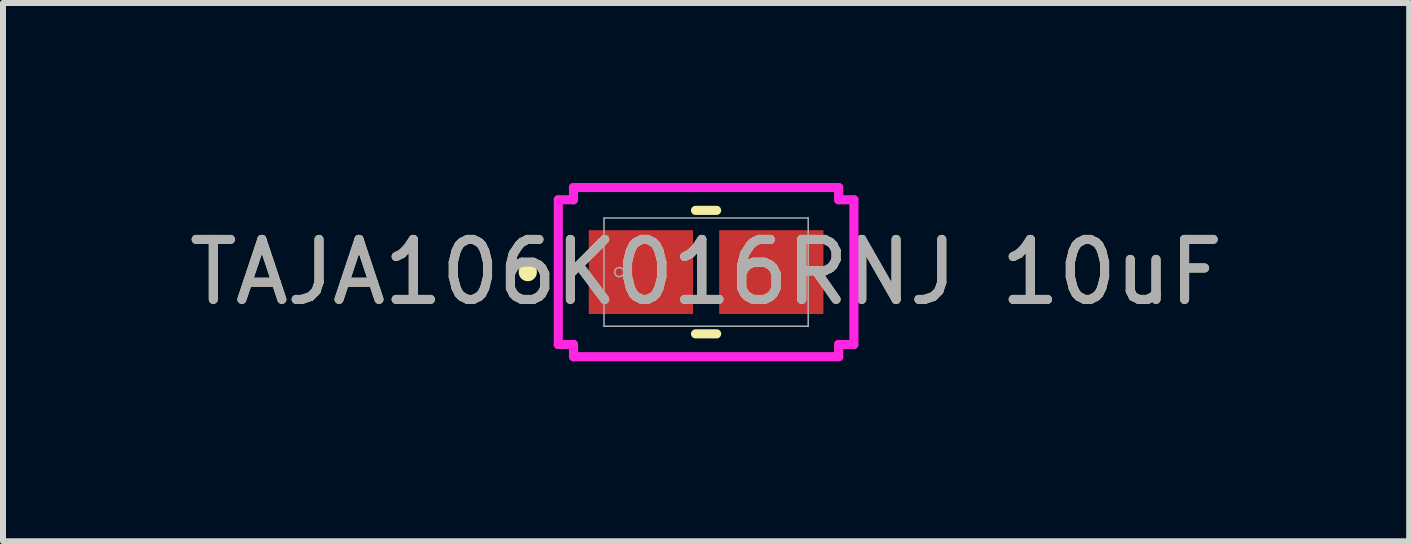
<source format=kicad_pcb>
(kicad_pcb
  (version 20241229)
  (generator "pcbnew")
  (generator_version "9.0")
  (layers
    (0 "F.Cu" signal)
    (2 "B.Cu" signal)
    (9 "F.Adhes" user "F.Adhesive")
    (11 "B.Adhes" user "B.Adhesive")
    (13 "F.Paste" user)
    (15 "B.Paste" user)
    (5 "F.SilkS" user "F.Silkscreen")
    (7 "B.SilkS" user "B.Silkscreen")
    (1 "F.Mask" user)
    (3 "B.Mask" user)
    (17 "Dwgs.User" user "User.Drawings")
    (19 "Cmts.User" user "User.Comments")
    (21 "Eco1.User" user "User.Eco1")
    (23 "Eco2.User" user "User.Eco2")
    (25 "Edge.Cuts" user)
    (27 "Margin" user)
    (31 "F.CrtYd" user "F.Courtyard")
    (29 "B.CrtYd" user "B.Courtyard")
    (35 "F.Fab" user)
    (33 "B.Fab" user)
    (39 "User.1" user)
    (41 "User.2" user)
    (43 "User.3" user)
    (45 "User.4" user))
  (footprint "TAJA106K016RNJ 10uF"
    (layer "F.Cu")
    (at 8.72 1.486)
    (property "Reference" "TAJA106K016RNJ 10uF" (at 0 0 0) (unlocked yes) (layer "F.SilkS") (effects (font (size 1 1) (thickness 0.15))))
    (attr smd)
    (fp_line (start -0.176 1.029) (end 0.176 1.029) (stroke (width 0.152) (type solid)) (layer "F.SilkS"))
    (fp_line (start 0.176 -1.029) (end -0.176 -1.029) (stroke (width 0.152) (type solid)) (layer "F.SilkS"))
    (fp_circle (center -2.972 0) (end -2.896 0) (stroke (width 0.152) (type solid)) (fill no) (layer "F.SilkS"))
    (fp_line (start -2.464 -1.206) (end -2.21 -1.206) (stroke (width 0.152) (type solid)) (layer "F.CrtYd"))
    (fp_line (start -2.464 1.206) (end -2.464 -1.206) (stroke (width 0.152) (type solid)) (layer "F.CrtYd"))
    (fp_line (start -2.21 -1.41) (end 2.21 -1.41) (stroke (width 0.152) (type solid)) (layer "F.CrtYd"))
    (fp_line (start -2.21 -1.206) (end -2.21 -1.41) (stroke (width 0.152) (type solid)) (layer "F.CrtYd"))
    (fp_line (start -2.21 1.206) (end -2.464 1.206) (stroke (width 0.152) (type solid)) (layer "F.CrtYd"))
    (fp_line (start -2.21 1.41) (end -2.21 1.206) (stroke (width 0.152) (type solid)) (layer "F.CrtYd"))
    (fp_line (start 2.21 -1.41) (end 2.21 -1.206) (stroke (width 0.152) (type solid)) (layer "F.CrtYd"))
    (fp_line (start 2.21 -1.206) (end 2.464 -1.206) (stroke (width 0.152) (type solid)) (layer "F.CrtYd"))
    (fp_line (start 2.21 1.206) (end 2.21 1.41) (stroke (width 0.152) (type solid)) (layer "F.CrtYd"))
    (fp_line (start 2.21 1.41) (end -2.21 1.41) (stroke (width 0.152) (type solid)) (layer "F.CrtYd"))
    (fp_line (start 2.464 -1.206) (end 2.464 1.206) (stroke (width 0.152) (type solid)) (layer "F.CrtYd"))
    (fp_line (start 2.464 1.206) (end 2.21 1.206) (stroke (width 0.152) (type solid)) (layer "F.CrtYd"))
    (fp_line (start -1.702 -0.902) (end -1.702 0.902) (stroke (width 0.025) (type solid)) (layer "F.Fab"))
    (fp_line (start -1.702 0.902) (end 1.702 0.902) (stroke (width 0.025) (type solid)) (layer "F.Fab"))
    (fp_line (start 1.702 -0.902) (end -1.702 -0.902) (stroke (width 0.025) (type solid)) (layer "F.Fab"))
    (fp_line (start 1.702 0.902) (end 1.702 -0.902) (stroke (width 0.025) (type solid)) (layer "F.Fab"))
    (fp_circle (center -1.448 0) (end -1.372 0) (stroke (width 0.025) (type solid)) (fill no) (layer "F.Fab"))
    (fp_text user "${REFERENCE}" (at 0 0 0) (unlocked yes) (layer "F.Fab") (effects (font (size 1 1) (thickness 0.15))))
    (pad "1" smd rect (at -1.087 0 90) (size 1.397 1.738) (layers "F.Cu" "F.Mask" "F.Paste"))
    (pad "2" smd rect (at 1.087 0 90) (size 1.397 1.738) (layers "F.Cu" "F.Mask" "F.Paste"))
    (zone (net_name "") (layer "F.Cu") (hatch full 0.508) (connect_pads) (min_thickness 0.254) (filled_areas_thickness no) (keepout (tracks not_allowed) (vias not_allowed) (pads allowed) (copperpour not_allowed) (footprints allowed)) (placement (enabled no)) (fill) (polygon (pts (xy 7.069 0.635) (xy 10.371 0.635) (xy 10.371 0.737) (xy 7.069 0.737))))
    (zone (net_name "") (layer "F.Cu") (hatch full 0.508) (connect_pads) (min_thickness 0.254) (filled_areas_thickness no) (keepout (tracks not_allowed) (vias not_allowed) (pads allowed) (copperpour not_allowed) (footprints allowed)) (placement (enabled no)) (fill) (polygon (pts (xy 7.069 2.235) (xy 10.371 2.235) (xy 10.371 2.337) (xy 7.069 2.337))))
    (zone (net_name "") (layer "F.Cu") (hatch full 0.508) (connect_pads) (min_thickness 0.254) (filled_areas_thickness no) (keepout (tracks not_allowed) (vias not_allowed) (pads allowed) (copperpour not_allowed) (footprints allowed)) (placement (enabled no)) (fill) (polygon (pts (xy 8.554 0.737) (xy 8.887 0.737) (xy 8.887 2.235) (xy 8.554 2.235)))))
  (gr_rect
    (start -3 -3)
    (end 20.44 5.972)
    (stroke (width 0.1) (type default))
    (fill no)
    (layer "Edge.Cuts")))
</source>
